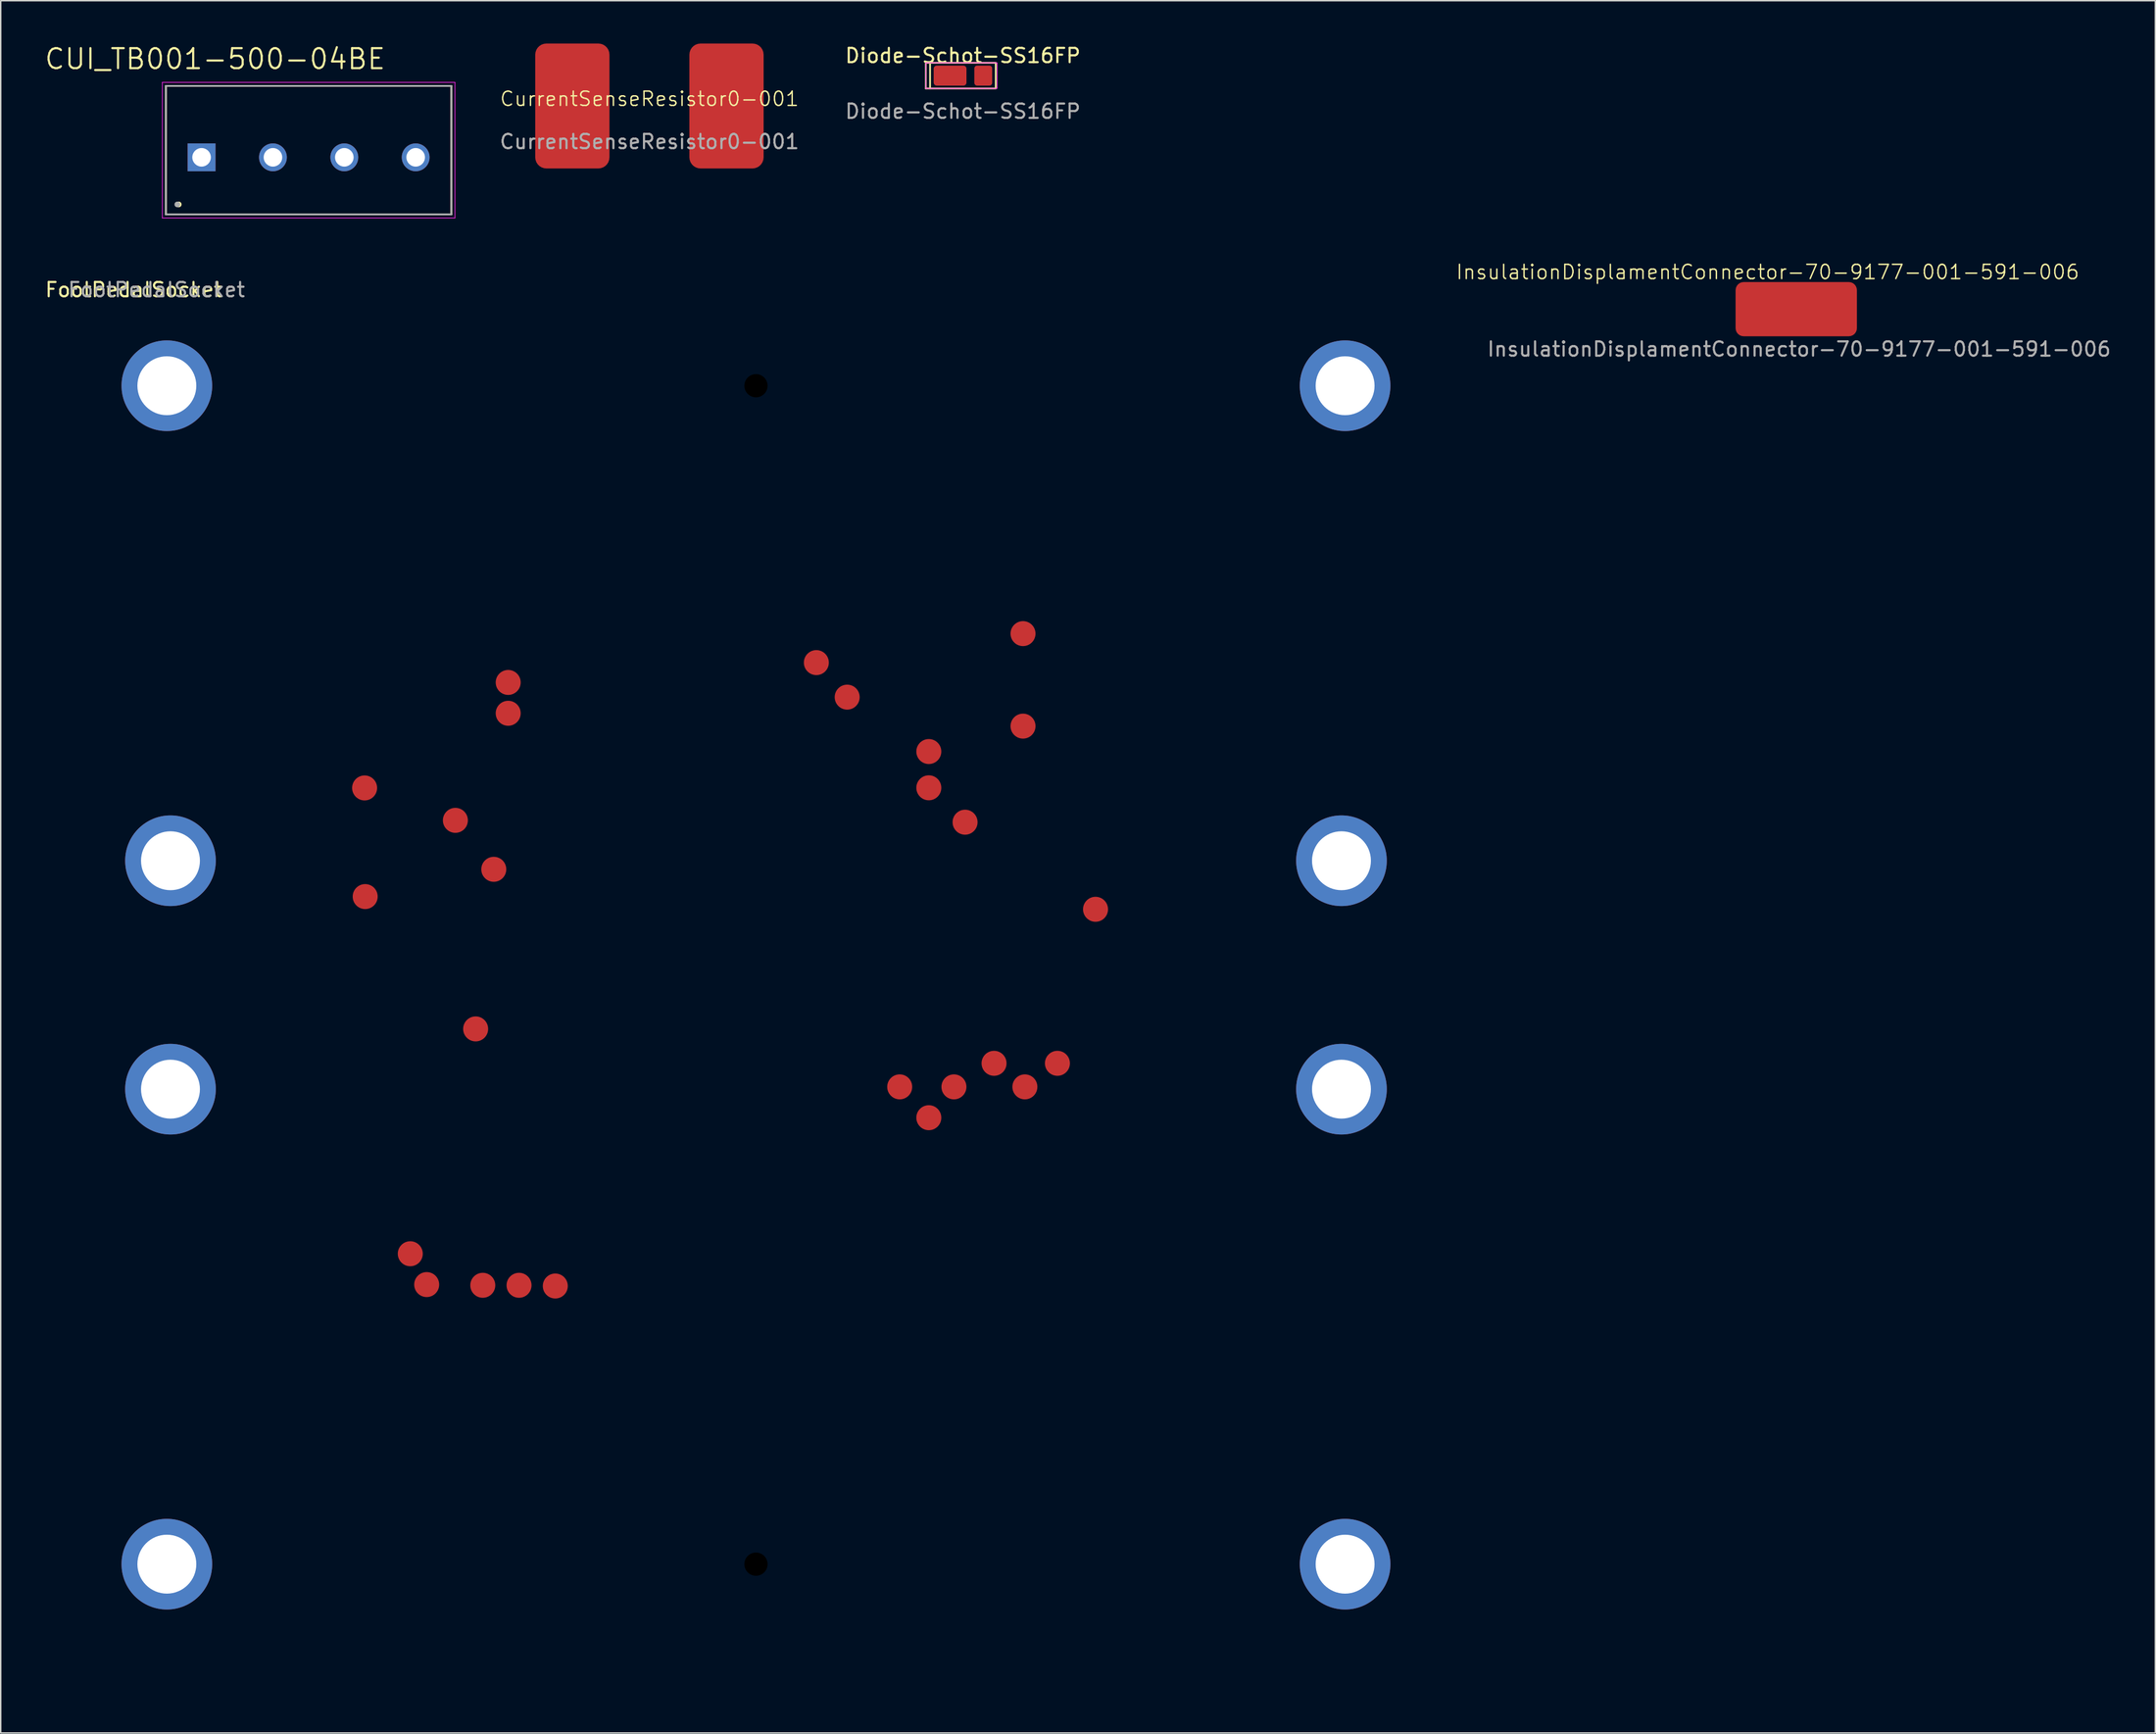
<source format=kicad_pcb>
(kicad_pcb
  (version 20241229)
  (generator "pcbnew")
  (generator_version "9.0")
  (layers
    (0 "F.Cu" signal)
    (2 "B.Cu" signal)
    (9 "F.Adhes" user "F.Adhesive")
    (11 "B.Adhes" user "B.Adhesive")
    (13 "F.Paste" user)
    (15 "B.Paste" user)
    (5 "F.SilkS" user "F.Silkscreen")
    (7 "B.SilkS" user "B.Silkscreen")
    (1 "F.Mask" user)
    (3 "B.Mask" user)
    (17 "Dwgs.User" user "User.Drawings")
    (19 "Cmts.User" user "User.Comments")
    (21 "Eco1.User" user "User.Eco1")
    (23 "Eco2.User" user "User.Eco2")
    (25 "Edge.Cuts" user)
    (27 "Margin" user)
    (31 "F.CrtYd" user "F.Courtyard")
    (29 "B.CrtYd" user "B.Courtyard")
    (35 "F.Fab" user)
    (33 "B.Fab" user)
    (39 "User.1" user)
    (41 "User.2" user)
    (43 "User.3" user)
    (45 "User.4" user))
  (footprint "FootPedalSocket"
    (layer "F.Cu")
    (at 49.915 65.246)
    (property "Reference" "FootPedalSocket" (at -43.6 -48 0) (unlocked yes) (layer "F.SilkS") (effects (font (size 1 1) (thickness 0.15))))
    (attr smd)
    (fp_text user "${REFERENCE}" (at -42 -48 0) (unlocked yes) (layer "F.Fab") (effects (font (size 1 1) (thickness 0.15))))
    (pad "" np_thru_hole circle (at 0 -41.275) (size 1.626 1.626) (drill 1.626) (layers "*.Mask"))
    (pad "" np_thru_hole circle (at 0 41.275) (size 1.626 1.626) (drill 1.626) (layers "*.Mask"))
    (pad "0" thru_hole circle (at -41.275 -41.275) (size 6.35 6.35) (drill 4.126) (layers "*.Cu" "*.Mask"))
    (pad "0" thru_hole circle (at -41.275 41.275) (size 6.35 6.35) (drill 4.126) (layers "*.Cu" "*.Mask"))
    (pad "0" thru_hole circle (at -41.021 -8.001) (size 6.35 6.35) (drill 4.126) (layers "*.Cu" "*.Mask"))
    (pad "0" thru_hole circle (at -41.021 8.001) (size 6.35 6.35) (drill 4.126) (layers "*.Cu" "*.Mask"))
    (pad "0" thru_hole circle (at 41.021 -8.001) (size 6.35 6.35) (drill 4.126) (layers "*.Cu" "*.Mask"))
    (pad "0" thru_hole circle (at 41.021 8.001) (size 6.35 6.35) (drill 4.126) (layers "*.Cu" "*.Mask"))
    (pad "0" thru_hole circle (at 41.275 -41.275) (size 6.35 6.35) (drill 4.126) (layers "*.Cu" "*.Mask"))
    (pad "0" thru_hole circle (at 41.275 41.275) (size 6.35 6.35) (drill 4.126) (layers "*.Cu" "*.Mask"))
    (pad "1" smd circle (at -19.14 21.74) (size 1.75 1.75) (layers "F.Cu" "F.Mask" "F.Paste"))
    (pad "2" smd circle (at -16.6 21.74) (size 1.75 1.75) (layers "F.Cu" "F.Mask" "F.Paste"))
    (pad "3" smd circle (at -14.06 21.79) (size 1.75 1.75) (layers "F.Cu" "F.Mask" "F.Paste"))
    (pad "4" smd circle (at -23.07 21.69) (size 1.75 1.75) (layers "F.Cu" "F.Mask" "F.Paste"))
    (pad "5" smd circle (at -24.22 19.53) (size 1.75 1.75) (layers "F.Cu" "F.Mask" "F.Paste"))
    (pad "6" smd circle (at 12.11 10) (size 1.75 1.75) (layers "F.Cu" "F.Mask" "F.Paste"))
    (pad "7" smd circle (at 10.07 7.84) (size 1.75 1.75) (layers "F.Cu" "F.Mask" "F.Paste"))
    (pad "8" smd circle (at 13.87 7.84) (size 1.75 1.75) (layers "F.Cu" "F.Mask" "F.Paste"))
    (pad "9" smd circle (at 18.84 7.84) (size 1.75 1.75) (layers "F.Cu" "F.Mask" "F.Paste"))
    (pad "10" smd circle (at 16.68 6.19) (size 1.75 1.75) (layers "F.Cu" "F.Mask" "F.Paste"))
    (pad "11" smd circle (at 21.12 6.19) (size 1.75 1.75) (layers "F.Cu" "F.Mask" "F.Paste"))
    (pad "12" smd circle (at -19.64 3.78) (size 1.75 1.75) (layers "F.Cu" "F.Mask" "F.Paste"))
    (pad "13" smd circle (at 23.79 -4.6) (size 1.75 1.75) (layers "F.Cu" "F.Mask" "F.Paste"))
    (pad "14" smd circle (at -27.38 -5.49) (size 1.75 1.75) (layers "F.Cu" "F.Mask" "F.Paste"))
    (pad "15" smd circle (at -18.37 -7.4) (size 1.75 1.75) (layers "F.Cu" "F.Mask" "F.Paste"))
    (pad "16" smd circle (at 14.65 -10.7) (size 1.75 1.75) (layers "F.Cu" "F.Mask" "F.Paste"))
    (pad "17" smd circle (at -21.06 -10.83) (size 1.75 1.75) (layers "F.Cu" "F.Mask" "F.Paste"))
    (pad "18" smd circle (at -27.42 -13.1) (size 1.75 1.75) (layers "F.Cu" "F.Mask" "F.Paste"))
    (pad "19" smd circle (at 12.11 -13.11) (size 1.75 1.75) (layers "F.Cu" "F.Mask" "F.Paste"))
    (pad "20" smd circle (at 12.11 -15.65) (size 1.75 1.75) (layers "F.Cu" "F.Mask" "F.Paste"))
    (pad "21" smd circle (at 18.71 -17.43) (size 1.75 1.75) (layers "F.Cu" "F.Mask" "F.Paste"))
    (pad "22" smd circle (at -17.36 -18.33) (size 1.75 1.75) (layers "F.Cu" "F.Mask" "F.Paste"))
    (pad "23" smd circle (at 6.39 -19.46) (size 1.75 1.75) (layers "F.Cu" "F.Mask" "F.Paste"))
    (pad "24" smd circle (at -17.36 -20.49) (size 1.75 1.75) (layers "F.Cu" "F.Mask" "F.Paste"))
    (pad "25" smd circle (at 4.23 -21.88) (size 1.75 1.75) (layers "F.Cu" "F.Mask" "F.Paste"))
    (pad "26" smd circle (at 18.71 -23.91) (size 1.75 1.75) (layers "F.Cu" "F.Mask" "F.Paste"))
    (zone (net_name "") (layers "F.Cu" "F.Mask" "F.SilkS" "B.CrtYd") (name "KeepOut") (hatch edge 0.5) (connect_pads) (min_thickness 0.25) (filled_areas_thickness no) (keepout (tracks allowed) (vias allowed) (pads not_allowed) (copperpour allowed) (footprints not_allowed)) (placement (enabled no)) (fill) (polygon (pts (xy 3.917 15.246) (xy 95.915 15.246) (xy 95.915 115.346) (xy 3.81 115.346)))))
  (footprint "CUI_TB001-500-04BE"
    (layer "F.Cu")
    (at 11.073 7.971)
    (property "Reference" "CUI_TB001-500-04BE" (at 0.945 -6.889 0) (layer "F.SilkS") (effects (font (size 1.4 1.4) (thickness 0.15))))
    (attr through_hole)
    (fp_line (start -2.5 -5) (end 17.5 -5) (stroke (width 0.127) (type solid)) (layer "F.SilkS"))
    (fp_line (start -2.5 4) (end -2.5 -5) (stroke (width 0.127) (type solid)) (layer "F.SilkS"))
    (fp_line (start 17.5 -5) (end 17.5 4) (stroke (width 0.127) (type solid)) (layer "F.SilkS"))
    (fp_line (start 17.5 4) (end -2.5 4) (stroke (width 0.127) (type solid)) (layer "F.SilkS"))
    (fp_circle (center -1.6 3.3) (end -1.5 3.3) (stroke (width 0.2) (type solid)) (fill no) (layer "F.SilkS"))
    (fp_line (start -2.75 -5.25) (end 17.75 -5.25) (stroke (width 0.05) (type solid)) (layer "F.CrtYd"))
    (fp_line (start -2.75 4.25) (end -2.75 -5.25) (stroke (width 0.05) (type solid)) (layer "F.CrtYd"))
    (fp_line (start 17.75 -5.25) (end 17.75 4.25) (stroke (width 0.05) (type solid)) (layer "F.CrtYd"))
    (fp_line (start 17.75 4.25) (end -2.75 4.25) (stroke (width 0.05) (type solid)) (layer "F.CrtYd"))
    (fp_line (start -2.5 -5) (end 17.5 -5) (stroke (width 0.127) (type solid)) (layer "F.Fab"))
    (fp_line (start -2.5 4) (end -2.5 -5) (stroke (width 0.127) (type solid)) (layer "F.Fab"))
    (fp_line (start 17.5 -5) (end 17.5 4) (stroke (width 0.127) (type solid)) (layer "F.Fab"))
    (fp_line (start 17.5 4) (end -2.5 4) (stroke (width 0.127) (type solid)) (layer "F.Fab"))
    (fp_circle (center -1.7 3.3) (end -1.6 3.3) (stroke (width 0.2) (type solid)) (fill no) (layer "F.Fab"))
    (pad "1" thru_hole rect (at 0 0) (size 1.95 1.95) (drill 1.3) (layers "*.Cu" "*.Mask"))
    (pad "2" thru_hole circle (at 5 0) (size 1.95 1.95) (drill 1.3) (layers "*.Cu" "*.Mask"))
    (pad "3" thru_hole circle (at 10 0) (size 1.95 1.95) (drill 1.3) (layers "*.Cu" "*.Mask"))
    (pad "4" thru_hole circle (at 15 0) (size 1.95 1.95) (drill 1.3) (layers "*.Cu" "*.Mask")))
  (footprint "CurrentSenseResistor0-001"
    (layer "F.Cu")
    (at 42.45 4.375)
    (property "Reference" "CurrentSenseResistor0-001" (at 0 -0.5 0) (unlocked yes) (layer "F.SilkS") (effects (font (size 1 1) (thickness 0.1))))
    (attr smd)
    (fp_text user "${REFERENCE}" (at 0 2.5 0) (unlocked yes) (layer "F.Fab") (effects (font (size 1 1) (thickness 0.15))))
    (pad "1" smd roundrect (at -5.4 0) (size 5.2 8.75) (layers "F.Cu" "F.Mask" "F.Paste") (roundrect_rratio 0.15))
    (pad "2" smd roundrect (at 5.4 0) (size 5.2 8.75) (layers "F.Cu" "F.Mask" "F.Paste") (roundrect_rratio 0.15)))
  (footprint "InsulationDisplamentConnector-70-9177-001-591-006"
    (layer "F.Cu")
    (at 122.799 18.607)
    (property "Reference" "InsulationDisplamentConnector-70-9177-001-591-006" (at -2 -2.6 0) (unlocked yes) (layer "F.SilkS") (effects (font (size 1 1) (thickness 0.1))))
    (attr smd)
    (fp_text user "${REFERENCE}" (at 0.2 2.8 0) (unlocked yes) (layer "F.Fab") (effects (font (size 1 1) (thickness 0.15))))
    (pad "1" smd roundrect (at 0 0) (size 8.5 3.8) (layers "F.Cu" "F.Mask" "F.Paste") (roundrect_rratio 0.15)))
  (footprint "Diode-Schot-SS16FP"
    (layer "F.Cu")
    (at 64.414 2.248)
    (property "Reference" "Diode-Schot-SS16FP" (at 0 -1.4 0) (unlocked yes) (layer "F.SilkS") (effects (font (size 1 1) (thickness 0.15))))
    (attr smd)
    (fp_line (start -2.6 -0.9) (end -2.6 0.9) (stroke (width 0.12) (type default)) (layer "F.SilkS"))
    (fp_line (start -2.3 -0.9) (end -2.6 -0.9) (stroke (width 0.12) (type default)) (layer "F.SilkS"))
    (fp_line (start -2.3 0.9) (end -2.6 0.9) (stroke (width 0.12) (type default)) (layer "F.SilkS"))
    (fp_rect (start -2.3 -0.9) (end 2.3 0.9) (stroke (width 0.12) (type default)) (fill no) (layer "F.SilkS"))
    (fp_rect (start -2.6 -0.9) (end 2.4 0.9) (stroke (width 0.05) (type default)) (fill no) (layer "F.CrtYd"))
    (fp_text user "${REFERENCE}" (at 0 2.5 0) (unlocked yes) (layer "F.Fab") (effects (font (size 1 1) (thickness 0.15))))
    (pad "1" smd roundrect (at -0.9 0) (size 2.3 1.4) (layers "F.Cu" "F.Mask" "F.Paste") (roundrect_rratio 0.15))
    (pad "2" smd roundrect (at 1.425 0) (size 1.25 1.4) (layers "F.Cu" "F.Mask" "F.Paste") (roundrect_rratio 0.15)))
  (gr_rect
    (start -3 -3)
    (end 147.957 118.346)
    (stroke (width 0.1) (type default))
    (fill no)
    (layer "Edge.Cuts")))
</source>
